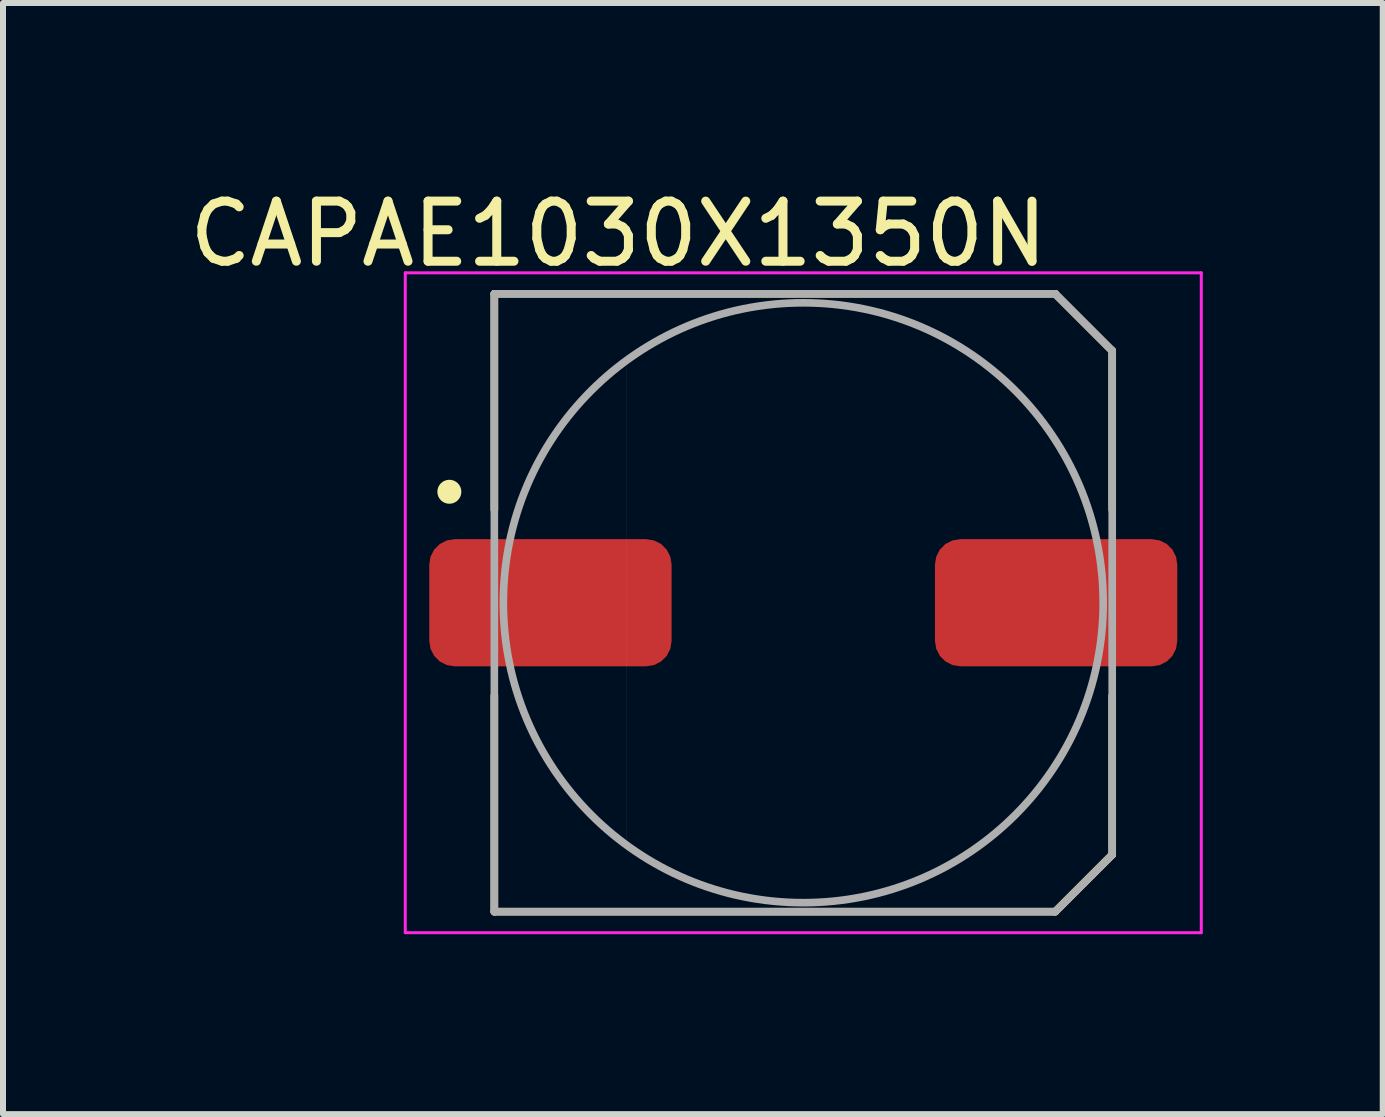
<source format=kicad_pcb>
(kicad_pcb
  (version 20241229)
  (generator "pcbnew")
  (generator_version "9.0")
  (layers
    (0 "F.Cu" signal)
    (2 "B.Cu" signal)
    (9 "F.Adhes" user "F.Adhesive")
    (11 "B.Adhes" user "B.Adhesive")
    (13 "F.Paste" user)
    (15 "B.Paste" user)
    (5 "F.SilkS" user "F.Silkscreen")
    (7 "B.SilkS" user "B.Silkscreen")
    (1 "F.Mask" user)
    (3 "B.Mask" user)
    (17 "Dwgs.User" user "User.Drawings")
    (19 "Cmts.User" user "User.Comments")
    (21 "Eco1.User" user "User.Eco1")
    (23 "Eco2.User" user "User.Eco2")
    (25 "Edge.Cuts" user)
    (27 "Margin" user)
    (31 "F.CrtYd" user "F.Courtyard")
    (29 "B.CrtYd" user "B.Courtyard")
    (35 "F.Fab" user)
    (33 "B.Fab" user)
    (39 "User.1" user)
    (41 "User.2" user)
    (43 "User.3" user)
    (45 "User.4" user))
  (footprint "CAPAE1030X1350N"
    (layer "F.Cu")
    (at 10.341 6.998)
    (property "Reference" "CAPAE1030X1350N" (at -3.082 -6.149 0) (layer "F.SilkS") (effects (font (size 1.002 1.002) (thickness 0.15))))
    (attr smd)
    (fp_line (start -5.15 -5.15) (end 4.2 -5.15) (stroke (width 0.127) (type solid)) (layer "F.SilkS"))
    (fp_line (start -5.15 -1.55) (end -5.15 -5.15) (stroke (width 0.127) (type solid)) (layer "F.SilkS"))
    (fp_line (start -5.15 1.55) (end -5.15 5.15) (stroke (width 0.127) (type solid)) (layer "F.SilkS"))
    (fp_line (start -5.15 5.15) (end 4.2 5.15) (stroke (width 0.127) (type solid)) (layer "F.SilkS"))
    (fp_line (start 4.2 -5.15) (end 5.15 -4.2) (stroke (width 0.127) (type solid)) (layer "F.SilkS"))
    (fp_line (start 4.2 5.15) (end 5.15 4.2) (stroke (width 0.127) (type solid)) (layer "F.SilkS"))
    (fp_line (start 5.15 -4.2) (end 5.15 -1.55) (stroke (width 0.127) (type solid)) (layer "F.SilkS"))
    (fp_line (start 5.15 4.2) (end 5.15 1.55) (stroke (width 0.127) (type solid)) (layer "F.SilkS"))
    (fp_circle (center -5.9 -1.85) (end -5.8 -1.85) (stroke (width 0.2) (type solid)) (fill no) (layer "F.SilkS"))
    (fp_line (start -6.635 -5.5) (end 6.635 -5.5) (stroke (width 0.05) (type solid)) (layer "F.CrtYd"))
    (fp_line (start -6.635 5.5) (end -6.635 -5.5) (stroke (width 0.05) (type solid)) (layer "F.CrtYd"))
    (fp_line (start 6.635 -5.5) (end 6.635 5.5) (stroke (width 0.05) (type solid)) (layer "F.CrtYd"))
    (fp_line (start 6.635 5.5) (end -6.635 5.5) (stroke (width 0.05) (type solid)) (layer "F.CrtYd"))
    (fp_line (start -5.15 -5.15) (end 4.2 -5.15) (stroke (width 0.127) (type solid)) (layer "F.Fab"))
    (fp_line (start -5.15 5.15) (end -5.15 -5.15) (stroke (width 0.127) (type solid)) (layer "F.Fab"))
    (fp_line (start 4.2 -5.15) (end 5.15 -4.2) (stroke (width 0.127) (type solid)) (layer "F.Fab"))
    (fp_line (start 4.2 5.15) (end -5.15 5.15) (stroke (width 0.127) (type solid)) (layer "F.Fab"))
    (fp_line (start 5.15 -4.2) (end 5.15 4.2) (stroke (width 0.127) (type solid)) (layer "F.Fab"))
    (fp_line (start 5.15 4.2) (end 4.2 5.15) (stroke (width 0.127) (type solid)) (layer "F.Fab"))
    (fp_circle (center 0 0) (end 5 0) (stroke (width 0.127) (type solid)) (fill no) (layer "F.Fab"))
    (fp_poly (pts (xy -2.95 -4.05) (xy -2.95 4.05) (xy -3.5 3.55) (xy -3.9 3.15) (xy -4.25 2.65) (xy -4.4 2.4) (xy -4.85 1.2) (xy -4.95 0.45) (xy -5 0.1) (xy -5 -0.45) (xy -4.85 -1.2) (xy -4.6 -1.95) (xy -4.1 -2.9) (xy -3.45 -3.65)) (stroke (width 0.001) (type solid)) (fill no) (layer "F.Fab"))
    (pad "A" smd roundrect (at 4.215 0) (size 4.04 2.12) (layers "F.Cu" "F.Mask" "F.Paste") (roundrect_rratio 0.2))
    (pad "C" smd roundrect (at -4.215 0) (size 4.04 2.12) (layers "F.Cu" "F.Mask" "F.Paste") (roundrect_rratio 0.2)))
  (gr_rect
    (start -3 -3)
    (end 20.001 15.523)
    (stroke (width 0.1) (type default))
    (fill no)
    (layer "Edge.Cuts")))
</source>
